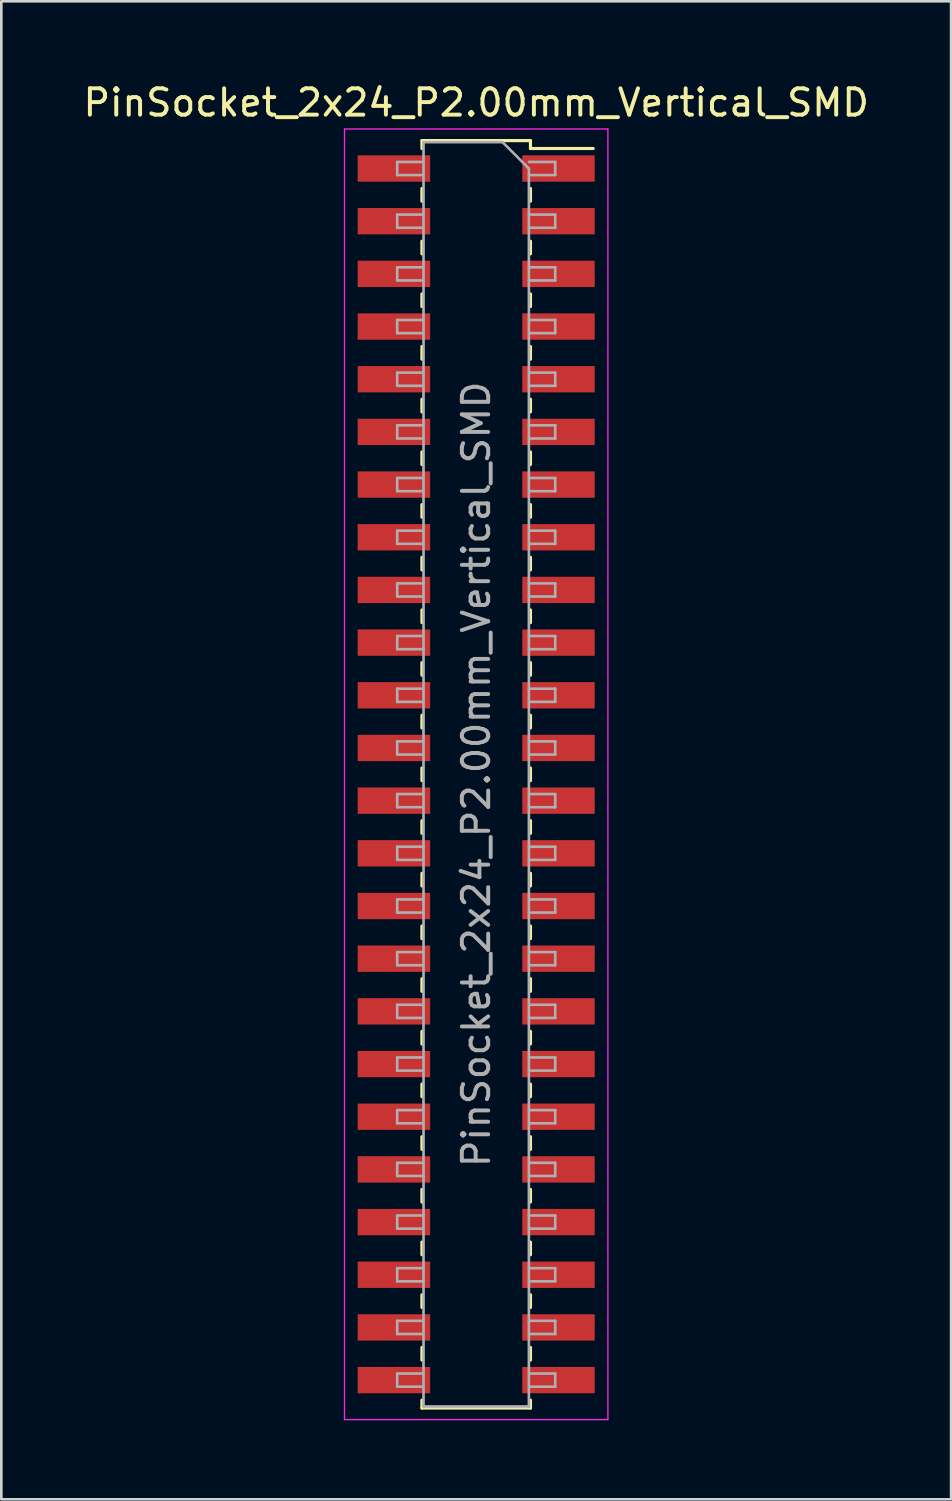
<source format=kicad_pcb>
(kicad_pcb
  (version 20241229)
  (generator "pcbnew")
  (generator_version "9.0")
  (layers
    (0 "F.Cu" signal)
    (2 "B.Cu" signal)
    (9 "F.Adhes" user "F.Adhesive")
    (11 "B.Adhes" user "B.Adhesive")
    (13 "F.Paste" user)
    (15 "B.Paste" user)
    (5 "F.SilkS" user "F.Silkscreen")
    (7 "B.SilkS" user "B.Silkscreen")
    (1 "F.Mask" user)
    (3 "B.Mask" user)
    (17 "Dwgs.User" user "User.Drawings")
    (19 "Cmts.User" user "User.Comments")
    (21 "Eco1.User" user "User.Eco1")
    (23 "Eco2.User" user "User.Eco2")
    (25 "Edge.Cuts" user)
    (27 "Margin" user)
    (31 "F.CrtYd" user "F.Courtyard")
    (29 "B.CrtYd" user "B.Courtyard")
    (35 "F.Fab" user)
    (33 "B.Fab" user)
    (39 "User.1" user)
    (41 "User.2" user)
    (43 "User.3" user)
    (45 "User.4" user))
  (footprint "PinSocket_2x24_P2.00mm_Vertical_SMD"
    (layer "F.Cu")
    (at 15.03 26.348)
    (property "Reference" "PinSocket_2x24_P2.00mm_Vertical_SMD" (at 0 -25.5 0) (layer "F.SilkS") (effects (font (size 1 1) (thickness 0.15))))
    (attr smd)
    (fp_line (start -2.06 -24.06) (end -2.06 -23.76) (stroke (width 0.12) (type solid)) (layer "F.SilkS"))
    (fp_line (start -2.06 -24.06) (end 2.06 -24.06) (stroke (width 0.12) (type solid)) (layer "F.SilkS"))
    (fp_line (start -2.06 -22.24) (end -2.06 -21.76) (stroke (width 0.12) (type solid)) (layer "F.SilkS"))
    (fp_line (start -2.06 -20.24) (end -2.06 -19.76) (stroke (width 0.12) (type solid)) (layer "F.SilkS"))
    (fp_line (start -2.06 -18.24) (end -2.06 -17.76) (stroke (width 0.12) (type solid)) (layer "F.SilkS"))
    (fp_line (start -2.06 -16.24) (end -2.06 -15.76) (stroke (width 0.12) (type solid)) (layer "F.SilkS"))
    (fp_line (start -2.06 -14.24) (end -2.06 -13.76) (stroke (width 0.12) (type solid)) (layer "F.SilkS"))
    (fp_line (start -2.06 -12.24) (end -2.06 -11.76) (stroke (width 0.12) (type solid)) (layer "F.SilkS"))
    (fp_line (start -2.06 -10.24) (end -2.06 -9.76) (stroke (width 0.12) (type solid)) (layer "F.SilkS"))
    (fp_line (start -2.06 -8.24) (end -2.06 -7.76) (stroke (width 0.12) (type solid)) (layer "F.SilkS"))
    (fp_line (start -2.06 -6.24) (end -2.06 -5.76) (stroke (width 0.12) (type solid)) (layer "F.SilkS"))
    (fp_line (start -2.06 -4.24) (end -2.06 -3.76) (stroke (width 0.12) (type solid)) (layer "F.SilkS"))
    (fp_line (start -2.06 -2.24) (end -2.06 -1.76) (stroke (width 0.12) (type solid)) (layer "F.SilkS"))
    (fp_line (start -2.06 -0.24) (end -2.06 0.24) (stroke (width 0.12) (type solid)) (layer "F.SilkS"))
    (fp_line (start -2.06 1.76) (end -2.06 2.24) (stroke (width 0.12) (type solid)) (layer "F.SilkS"))
    (fp_line (start -2.06 3.76) (end -2.06 4.24) (stroke (width 0.12) (type solid)) (layer "F.SilkS"))
    (fp_line (start -2.06 5.76) (end -2.06 6.24) (stroke (width 0.12) (type solid)) (layer "F.SilkS"))
    (fp_line (start -2.06 7.76) (end -2.06 8.24) (stroke (width 0.12) (type solid)) (layer "F.SilkS"))
    (fp_line (start -2.06 9.76) (end -2.06 10.24) (stroke (width 0.12) (type solid)) (layer "F.SilkS"))
    (fp_line (start -2.06 11.76) (end -2.06 12.24) (stroke (width 0.12) (type solid)) (layer "F.SilkS"))
    (fp_line (start -2.06 13.76) (end -2.06 14.24) (stroke (width 0.12) (type solid)) (layer "F.SilkS"))
    (fp_line (start -2.06 15.76) (end -2.06 16.24) (stroke (width 0.12) (type solid)) (layer "F.SilkS"))
    (fp_line (start -2.06 17.76) (end -2.06 18.24) (stroke (width 0.12) (type solid)) (layer "F.SilkS"))
    (fp_line (start -2.06 19.76) (end -2.06 20.24) (stroke (width 0.12) (type solid)) (layer "F.SilkS"))
    (fp_line (start -2.06 21.76) (end -2.06 22.24) (stroke (width 0.12) (type solid)) (layer "F.SilkS"))
    (fp_line (start -2.06 23.76) (end -2.06 24.06) (stroke (width 0.12) (type solid)) (layer "F.SilkS"))
    (fp_line (start -2.06 24.06) (end 2.06 24.06) (stroke (width 0.12) (type solid)) (layer "F.SilkS"))
    (fp_line (start 2.06 -24.06) (end 2.06 -23.76) (stroke (width 0.12) (type solid)) (layer "F.SilkS"))
    (fp_line (start 2.06 -23.76) (end 4.44 -23.76) (stroke (width 0.12) (type solid)) (layer "F.SilkS"))
    (fp_line (start 2.06 -22.24) (end 2.06 -21.76) (stroke (width 0.12) (type solid)) (layer "F.SilkS"))
    (fp_line (start 2.06 -20.24) (end 2.06 -19.76) (stroke (width 0.12) (type solid)) (layer "F.SilkS"))
    (fp_line (start 2.06 -18.24) (end 2.06 -17.76) (stroke (width 0.12) (type solid)) (layer "F.SilkS"))
    (fp_line (start 2.06 -16.24) (end 2.06 -15.76) (stroke (width 0.12) (type solid)) (layer "F.SilkS"))
    (fp_line (start 2.06 -14.24) (end 2.06 -13.76) (stroke (width 0.12) (type solid)) (layer "F.SilkS"))
    (fp_line (start 2.06 -12.24) (end 2.06 -11.76) (stroke (width 0.12) (type solid)) (layer "F.SilkS"))
    (fp_line (start 2.06 -10.24) (end 2.06 -9.76) (stroke (width 0.12) (type solid)) (layer "F.SilkS"))
    (fp_line (start 2.06 -8.24) (end 2.06 -7.76) (stroke (width 0.12) (type solid)) (layer "F.SilkS"))
    (fp_line (start 2.06 -6.24) (end 2.06 -5.76) (stroke (width 0.12) (type solid)) (layer "F.SilkS"))
    (fp_line (start 2.06 -4.24) (end 2.06 -3.76) (stroke (width 0.12) (type solid)) (layer "F.SilkS"))
    (fp_line (start 2.06 -2.24) (end 2.06 -1.76) (stroke (width 0.12) (type solid)) (layer "F.SilkS"))
    (fp_line (start 2.06 -0.24) (end 2.06 0.24) (stroke (width 0.12) (type solid)) (layer "F.SilkS"))
    (fp_line (start 2.06 1.76) (end 2.06 2.24) (stroke (width 0.12) (type solid)) (layer "F.SilkS"))
    (fp_line (start 2.06 3.76) (end 2.06 4.24) (stroke (width 0.12) (type solid)) (layer "F.SilkS"))
    (fp_line (start 2.06 5.76) (end 2.06 6.24) (stroke (width 0.12) (type solid)) (layer "F.SilkS"))
    (fp_line (start 2.06 7.76) (end 2.06 8.24) (stroke (width 0.12) (type solid)) (layer "F.SilkS"))
    (fp_line (start 2.06 9.76) (end 2.06 10.24) (stroke (width 0.12) (type solid)) (layer "F.SilkS"))
    (fp_line (start 2.06 11.76) (end 2.06 12.24) (stroke (width 0.12) (type solid)) (layer "F.SilkS"))
    (fp_line (start 2.06 13.76) (end 2.06 14.24) (stroke (width 0.12) (type solid)) (layer "F.SilkS"))
    (fp_line (start 2.06 15.76) (end 2.06 16.24) (stroke (width 0.12) (type solid)) (layer "F.SilkS"))
    (fp_line (start 2.06 17.76) (end 2.06 18.24) (stroke (width 0.12) (type solid)) (layer "F.SilkS"))
    (fp_line (start 2.06 19.76) (end 2.06 20.24) (stroke (width 0.12) (type solid)) (layer "F.SilkS"))
    (fp_line (start 2.06 21.76) (end 2.06 22.24) (stroke (width 0.12) (type solid)) (layer "F.SilkS"))
    (fp_line (start 2.06 23.76) (end 2.06 24.06) (stroke (width 0.12) (type solid)) (layer "F.SilkS"))
    (fp_line (start -5 -24.5) (end 5 -24.5) (stroke (width 0.05) (type solid)) (layer "F.CrtYd"))
    (fp_line (start -5 24.5) (end -5 -24.5) (stroke (width 0.05) (type solid)) (layer "F.CrtYd"))
    (fp_line (start 5 -24.5) (end 5 24.5) (stroke (width 0.05) (type solid)) (layer "F.CrtYd"))
    (fp_line (start 5 24.5) (end -5 24.5) (stroke (width 0.05) (type solid)) (layer "F.CrtYd"))
    (fp_line (start -3 -23.25) (end -2 -23.25) (stroke (width 0.1) (type solid)) (layer "F.Fab"))
    (fp_line (start -3 -22.75) (end -3 -23.25) (stroke (width 0.1) (type solid)) (layer "F.Fab"))
    (fp_line (start -3 -21.25) (end -2 -21.25) (stroke (width 0.1) (type solid)) (layer "F.Fab"))
    (fp_line (start -3 -20.75) (end -3 -21.25) (stroke (width 0.1) (type solid)) (layer "F.Fab"))
    (fp_line (start -3 -19.25) (end -2 -19.25) (stroke (width 0.1) (type solid)) (layer "F.Fab"))
    (fp_line (start -3 -18.75) (end -3 -19.25) (stroke (width 0.1) (type solid)) (layer "F.Fab"))
    (fp_line (start -3 -17.25) (end -2 -17.25) (stroke (width 0.1) (type solid)) (layer "F.Fab"))
    (fp_line (start -3 -16.75) (end -3 -17.25) (stroke (width 0.1) (type solid)) (layer "F.Fab"))
    (fp_line (start -3 -15.25) (end -2 -15.25) (stroke (width 0.1) (type solid)) (layer "F.Fab"))
    (fp_line (start -3 -14.75) (end -3 -15.25) (stroke (width 0.1) (type solid)) (layer "F.Fab"))
    (fp_line (start -3 -13.25) (end -2 -13.25) (stroke (width 0.1) (type solid)) (layer "F.Fab"))
    (fp_line (start -3 -12.75) (end -3 -13.25) (stroke (width 0.1) (type solid)) (layer "F.Fab"))
    (fp_line (start -3 -11.25) (end -2 -11.25) (stroke (width 0.1) (type solid)) (layer "F.Fab"))
    (fp_line (start -3 -10.75) (end -3 -11.25) (stroke (width 0.1) (type solid)) (layer "F.Fab"))
    (fp_line (start -3 -9.25) (end -2 -9.25) (stroke (width 0.1) (type solid)) (layer "F.Fab"))
    (fp_line (start -3 -8.75) (end -3 -9.25) (stroke (width 0.1) (type solid)) (layer "F.Fab"))
    (fp_line (start -3 -7.25) (end -2 -7.25) (stroke (width 0.1) (type solid)) (layer "F.Fab"))
    (fp_line (start -3 -6.75) (end -3 -7.25) (stroke (width 0.1) (type solid)) (layer "F.Fab"))
    (fp_line (start -3 -5.25) (end -2 -5.25) (stroke (width 0.1) (type solid)) (layer "F.Fab"))
    (fp_line (start -3 -4.75) (end -3 -5.25) (stroke (width 0.1) (type solid)) (layer "F.Fab"))
    (fp_line (start -3 -3.25) (end -2 -3.25) (stroke (width 0.1) (type solid)) (layer "F.Fab"))
    (fp_line (start -3 -2.75) (end -3 -3.25) (stroke (width 0.1) (type solid)) (layer "F.Fab"))
    (fp_line (start -3 -1.25) (end -2 -1.25) (stroke (width 0.1) (type solid)) (layer "F.Fab"))
    (fp_line (start -3 -0.75) (end -3 -1.25) (stroke (width 0.1) (type solid)) (layer "F.Fab"))
    (fp_line (start -3 0.75) (end -2 0.75) (stroke (width 0.1) (type solid)) (layer "F.Fab"))
    (fp_line (start -3 1.25) (end -3 0.75) (stroke (width 0.1) (type solid)) (layer "F.Fab"))
    (fp_line (start -3 2.75) (end -2 2.75) (stroke (width 0.1) (type solid)) (layer "F.Fab"))
    (fp_line (start -3 3.25) (end -3 2.75) (stroke (width 0.1) (type solid)) (layer "F.Fab"))
    (fp_line (start -3 4.75) (end -2 4.75) (stroke (width 0.1) (type solid)) (layer "F.Fab"))
    (fp_line (start -3 5.25) (end -3 4.75) (stroke (width 0.1) (type solid)) (layer "F.Fab"))
    (fp_line (start -3 6.75) (end -2 6.75) (stroke (width 0.1) (type solid)) (layer "F.Fab"))
    (fp_line (start -3 7.25) (end -3 6.75) (stroke (width 0.1) (type solid)) (layer "F.Fab"))
    (fp_line (start -3 8.75) (end -2 8.75) (stroke (width 0.1) (type solid)) (layer "F.Fab"))
    (fp_line (start -3 9.25) (end -3 8.75) (stroke (width 0.1) (type solid)) (layer "F.Fab"))
    (fp_line (start -3 10.75) (end -2 10.75) (stroke (width 0.1) (type solid)) (layer "F.Fab"))
    (fp_line (start -3 11.25) (end -3 10.75) (stroke (width 0.1) (type solid)) (layer "F.Fab"))
    (fp_line (start -3 12.75) (end -2 12.75) (stroke (width 0.1) (type solid)) (layer "F.Fab"))
    (fp_line (start -3 13.25) (end -3 12.75) (stroke (width 0.1) (type solid)) (layer "F.Fab"))
    (fp_line (start -3 14.75) (end -2 14.75) (stroke (width 0.1) (type solid)) (layer "F.Fab"))
    (fp_line (start -3 15.25) (end -3 14.75) (stroke (width 0.1) (type solid)) (layer "F.Fab"))
    (fp_line (start -3 16.75) (end -2 16.75) (stroke (width 0.1) (type solid)) (layer "F.Fab"))
    (fp_line (start -3 17.25) (end -3 16.75) (stroke (width 0.1) (type solid)) (layer "F.Fab"))
    (fp_line (start -3 18.75) (end -2 18.75) (stroke (width 0.1) (type solid)) (layer "F.Fab"))
    (fp_line (start -3 19.25) (end -3 18.75) (stroke (width 0.1) (type solid)) (layer "F.Fab"))
    (fp_line (start -3 20.75) (end -2 20.75) (stroke (width 0.1) (type solid)) (layer "F.Fab"))
    (fp_line (start -3 21.25) (end -3 20.75) (stroke (width 0.1) (type solid)) (layer "F.Fab"))
    (fp_line (start -3 22.75) (end -2 22.75) (stroke (width 0.1) (type solid)) (layer "F.Fab"))
    (fp_line (start -3 23.25) (end -3 22.75) (stroke (width 0.1) (type solid)) (layer "F.Fab"))
    (fp_line (start -2 -24) (end 1 -24) (stroke (width 0.1) (type solid)) (layer "F.Fab"))
    (fp_line (start -2 -22.75) (end -3 -22.75) (stroke (width 0.1) (type solid)) (layer "F.Fab"))
    (fp_line (start -2 -20.75) (end -3 -20.75) (stroke (width 0.1) (type solid)) (layer "F.Fab"))
    (fp_line (start -2 -18.75) (end -3 -18.75) (stroke (width 0.1) (type solid)) (layer "F.Fab"))
    (fp_line (start -2 -16.75) (end -3 -16.75) (stroke (width 0.1) (type solid)) (layer "F.Fab"))
    (fp_line (start -2 -14.75) (end -3 -14.75) (stroke (width 0.1) (type solid)) (layer "F.Fab"))
    (fp_line (start -2 -12.75) (end -3 -12.75) (stroke (width 0.1) (type solid)) (layer "F.Fab"))
    (fp_line (start -2 -10.75) (end -3 -10.75) (stroke (width 0.1) (type solid)) (layer "F.Fab"))
    (fp_line (start -2 -8.75) (end -3 -8.75) (stroke (width 0.1) (type solid)) (layer "F.Fab"))
    (fp_line (start -2 -6.75) (end -3 -6.75) (stroke (width 0.1) (type solid)) (layer "F.Fab"))
    (fp_line (start -2 -4.75) (end -3 -4.75) (stroke (width 0.1) (type solid)) (layer "F.Fab"))
    (fp_line (start -2 -2.75) (end -3 -2.75) (stroke (width 0.1) (type solid)) (layer "F.Fab"))
    (fp_line (start -2 -0.75) (end -3 -0.75) (stroke (width 0.1) (type solid)) (layer "F.Fab"))
    (fp_line (start -2 1.25) (end -3 1.25) (stroke (width 0.1) (type solid)) (layer "F.Fab"))
    (fp_line (start -2 3.25) (end -3 3.25) (stroke (width 0.1) (type solid)) (layer "F.Fab"))
    (fp_line (start -2 5.25) (end -3 5.25) (stroke (width 0.1) (type solid)) (layer "F.Fab"))
    (fp_line (start -2 7.25) (end -3 7.25) (stroke (width 0.1) (type solid)) (layer "F.Fab"))
    (fp_line (start -2 9.25) (end -3 9.25) (stroke (width 0.1) (type solid)) (layer "F.Fab"))
    (fp_line (start -2 11.25) (end -3 11.25) (stroke (width 0.1) (type solid)) (layer "F.Fab"))
    (fp_line (start -2 13.25) (end -3 13.25) (stroke (width 0.1) (type solid)) (layer "F.Fab"))
    (fp_line (start -2 15.25) (end -3 15.25) (stroke (width 0.1) (type solid)) (layer "F.Fab"))
    (fp_line (start -2 17.25) (end -3 17.25) (stroke (width 0.1) (type solid)) (layer "F.Fab"))
    (fp_line (start -2 19.25) (end -3 19.25) (stroke (width 0.1) (type solid)) (layer "F.Fab"))
    (fp_line (start -2 21.25) (end -3 21.25) (stroke (width 0.1) (type solid)) (layer "F.Fab"))
    (fp_line (start -2 23.25) (end -3 23.25) (stroke (width 0.1) (type solid)) (layer "F.Fab"))
    (fp_line (start -2 24) (end -2 -24) (stroke (width 0.1) (type solid)) (layer "F.Fab"))
    (fp_line (start 1 -24) (end 2 -23) (stroke (width 0.1) (type solid)) (layer "F.Fab"))
    (fp_line (start 2 -23.25) (end 3 -23.25) (stroke (width 0.1) (type solid)) (layer "F.Fab"))
    (fp_line (start 2 -23) (end 2 24) (stroke (width 0.1) (type solid)) (layer "F.Fab"))
    (fp_line (start 2 -21.25) (end 3 -21.25) (stroke (width 0.1) (type solid)) (layer "F.Fab"))
    (fp_line (start 2 -19.25) (end 3 -19.25) (stroke (width 0.1) (type solid)) (layer "F.Fab"))
    (fp_line (start 2 -17.25) (end 3 -17.25) (stroke (width 0.1) (type solid)) (layer "F.Fab"))
    (fp_line (start 2 -15.25) (end 3 -15.25) (stroke (width 0.1) (type solid)) (layer "F.Fab"))
    (fp_line (start 2 -13.25) (end 3 -13.25) (stroke (width 0.1) (type solid)) (layer "F.Fab"))
    (fp_line (start 2 -11.25) (end 3 -11.25) (stroke (width 0.1) (type solid)) (layer "F.Fab"))
    (fp_line (start 2 -9.25) (end 3 -9.25) (stroke (width 0.1) (type solid)) (layer "F.Fab"))
    (fp_line (start 2 -7.25) (end 3 -7.25) (stroke (width 0.1) (type solid)) (layer "F.Fab"))
    (fp_line (start 2 -5.25) (end 3 -5.25) (stroke (width 0.1) (type solid)) (layer "F.Fab"))
    (fp_line (start 2 -3.25) (end 3 -3.25) (stroke (width 0.1) (type solid)) (layer "F.Fab"))
    (fp_line (start 2 -1.25) (end 3 -1.25) (stroke (width 0.1) (type solid)) (layer "F.Fab"))
    (fp_line (start 2 0.75) (end 3 0.75) (stroke (width 0.1) (type solid)) (layer "F.Fab"))
    (fp_line (start 2 2.75) (end 3 2.75) (stroke (width 0.1) (type solid)) (layer "F.Fab"))
    (fp_line (start 2 4.75) (end 3 4.75) (stroke (width 0.1) (type solid)) (layer "F.Fab"))
    (fp_line (start 2 6.75) (end 3 6.75) (stroke (width 0.1) (type solid)) (layer "F.Fab"))
    (fp_line (start 2 8.75) (end 3 8.75) (stroke (width 0.1) (type solid)) (layer "F.Fab"))
    (fp_line (start 2 10.75) (end 3 10.75) (stroke (width 0.1) (type solid)) (layer "F.Fab"))
    (fp_line (start 2 12.75) (end 3 12.75) (stroke (width 0.1) (type solid)) (layer "F.Fab"))
    (fp_line (start 2 14.75) (end 3 14.75) (stroke (width 0.1) (type solid)) (layer "F.Fab"))
    (fp_line (start 2 16.75) (end 3 16.75) (stroke (width 0.1) (type solid)) (layer "F.Fab"))
    (fp_line (start 2 18.75) (end 3 18.75) (stroke (width 0.1) (type solid)) (layer "F.Fab"))
    (fp_line (start 2 20.75) (end 3 20.75) (stroke (width 0.1) (type solid)) (layer "F.Fab"))
    (fp_line (start 2 22.75) (end 3 22.75) (stroke (width 0.1) (type solid)) (layer "F.Fab"))
    (fp_line (start 2 24) (end -2 24) (stroke (width 0.1) (type solid)) (layer "F.Fab"))
    (fp_line (start 3 -23.25) (end 3 -22.75) (stroke (width 0.1) (type solid)) (layer "F.Fab"))
    (fp_line (start 3 -22.75) (end 2 -22.75) (stroke (width 0.1) (type solid)) (layer "F.Fab"))
    (fp_line (start 3 -21.25) (end 3 -20.75) (stroke (width 0.1) (type solid)) (layer "F.Fab"))
    (fp_line (start 3 -20.75) (end 2 -20.75) (stroke (width 0.1) (type solid)) (layer "F.Fab"))
    (fp_line (start 3 -19.25) (end 3 -18.75) (stroke (width 0.1) (type solid)) (layer "F.Fab"))
    (fp_line (start 3 -18.75) (end 2 -18.75) (stroke (width 0.1) (type solid)) (layer "F.Fab"))
    (fp_line (start 3 -17.25) (end 3 -16.75) (stroke (width 0.1) (type solid)) (layer "F.Fab"))
    (fp_line (start 3 -16.75) (end 2 -16.75) (stroke (width 0.1) (type solid)) (layer "F.Fab"))
    (fp_line (start 3 -15.25) (end 3 -14.75) (stroke (width 0.1) (type solid)) (layer "F.Fab"))
    (fp_line (start 3 -14.75) (end 2 -14.75) (stroke (width 0.1) (type solid)) (layer "F.Fab"))
    (fp_line (start 3 -13.25) (end 3 -12.75) (stroke (width 0.1) (type solid)) (layer "F.Fab"))
    (fp_line (start 3 -12.75) (end 2 -12.75) (stroke (width 0.1) (type solid)) (layer "F.Fab"))
    (fp_line (start 3 -11.25) (end 3 -10.75) (stroke (width 0.1) (type solid)) (layer "F.Fab"))
    (fp_line (start 3 -10.75) (end 2 -10.75) (stroke (width 0.1) (type solid)) (layer "F.Fab"))
    (fp_line (start 3 -9.25) (end 3 -8.75) (stroke (width 0.1) (type solid)) (layer "F.Fab"))
    (fp_line (start 3 -8.75) (end 2 -8.75) (stroke (width 0.1) (type solid)) (layer "F.Fab"))
    (fp_line (start 3 -7.25) (end 3 -6.75) (stroke (width 0.1) (type solid)) (layer "F.Fab"))
    (fp_line (start 3 -6.75) (end 2 -6.75) (stroke (width 0.1) (type solid)) (layer "F.Fab"))
    (fp_line (start 3 -5.25) (end 3 -4.75) (stroke (width 0.1) (type solid)) (layer "F.Fab"))
    (fp_line (start 3 -4.75) (end 2 -4.75) (stroke (width 0.1) (type solid)) (layer "F.Fab"))
    (fp_line (start 3 -3.25) (end 3 -2.75) (stroke (width 0.1) (type solid)) (layer "F.Fab"))
    (fp_line (start 3 -2.75) (end 2 -2.75) (stroke (width 0.1) (type solid)) (layer "F.Fab"))
    (fp_line (start 3 -1.25) (end 3 -0.75) (stroke (width 0.1) (type solid)) (layer "F.Fab"))
    (fp_line (start 3 -0.75) (end 2 -0.75) (stroke (width 0.1) (type solid)) (layer "F.Fab"))
    (fp_line (start 3 0.75) (end 3 1.25) (stroke (width 0.1) (type solid)) (layer "F.Fab"))
    (fp_line (start 3 1.25) (end 2 1.25) (stroke (width 0.1) (type solid)) (layer "F.Fab"))
    (fp_line (start 3 2.75) (end 3 3.25) (stroke (width 0.1) (type solid)) (layer "F.Fab"))
    (fp_line (start 3 3.25) (end 2 3.25) (stroke (width 0.1) (type solid)) (layer "F.Fab"))
    (fp_line (start 3 4.75) (end 3 5.25) (stroke (width 0.1) (type solid)) (layer "F.Fab"))
    (fp_line (start 3 5.25) (end 2 5.25) (stroke (width 0.1) (type solid)) (layer "F.Fab"))
    (fp_line (start 3 6.75) (end 3 7.25) (stroke (width 0.1) (type solid)) (layer "F.Fab"))
    (fp_line (start 3 7.25) (end 2 7.25) (stroke (width 0.1) (type solid)) (layer "F.Fab"))
    (fp_line (start 3 8.75) (end 3 9.25) (stroke (width 0.1) (type solid)) (layer "F.Fab"))
    (fp_line (start 3 9.25) (end 2 9.25) (stroke (width 0.1) (type solid)) (layer "F.Fab"))
    (fp_line (start 3 10.75) (end 3 11.25) (stroke (width 0.1) (type solid)) (layer "F.Fab"))
    (fp_line (start 3 11.25) (end 2 11.25) (stroke (width 0.1) (type solid)) (layer "F.Fab"))
    (fp_line (start 3 12.75) (end 3 13.25) (stroke (width 0.1) (type solid)) (layer "F.Fab"))
    (fp_line (start 3 13.25) (end 2 13.25) (stroke (width 0.1) (type solid)) (layer "F.Fab"))
    (fp_line (start 3 14.75) (end 3 15.25) (stroke (width 0.1) (type solid)) (layer "F.Fab"))
    (fp_line (start 3 15.25) (end 2 15.25) (stroke (width 0.1) (type solid)) (layer "F.Fab"))
    (fp_line (start 3 16.75) (end 3 17.25) (stroke (width 0.1) (type solid)) (layer "F.Fab"))
    (fp_line (start 3 17.25) (end 2 17.25) (stroke (width 0.1) (type solid)) (layer "F.Fab"))
    (fp_line (start 3 18.75) (end 3 19.25) (stroke (width 0.1) (type solid)) (layer "F.Fab"))
    (fp_line (start 3 19.25) (end 2 19.25) (stroke (width 0.1) (type solid)) (layer "F.Fab"))
    (fp_line (start 3 20.75) (end 3 21.25) (stroke (width 0.1) (type solid)) (layer "F.Fab"))
    (fp_line (start 3 21.25) (end 2 21.25) (stroke (width 0.1) (type solid)) (layer "F.Fab"))
    (fp_line (start 3 22.75) (end 3 23.25) (stroke (width 0.1) (type solid)) (layer "F.Fab"))
    (fp_line (start 3 23.25) (end 2 23.25) (stroke (width 0.1) (type solid)) (layer "F.Fab"))
    (fp_text user "${REFERENCE}" (at 0 0 90) (layer "F.Fab") (effects (font (size 1 1) (thickness 0.15))))
    (pad "1" smd rect (at 3.125 -23) (size 2.75 1) (layers "F.Cu" "F.Mask" "F.Paste"))
    (pad "2" smd rect (at -3.125 -23) (size 2.75 1) (layers "F.Cu" "F.Mask" "F.Paste"))
    (pad "3" smd rect (at 3.125 -21) (size 2.75 1) (layers "F.Cu" "F.Mask" "F.Paste"))
    (pad "4" smd rect (at -3.125 -21) (size 2.75 1) (layers "F.Cu" "F.Mask" "F.Paste"))
    (pad "5" smd rect (at 3.125 -19) (size 2.75 1) (layers "F.Cu" "F.Mask" "F.Paste"))
    (pad "6" smd rect (at -3.125 -19) (size 2.75 1) (layers "F.Cu" "F.Mask" "F.Paste"))
    (pad "7" smd rect (at 3.125 -17) (size 2.75 1) (layers "F.Cu" "F.Mask" "F.Paste"))
    (pad "8" smd rect (at -3.125 -17) (size 2.75 1) (layers "F.Cu" "F.Mask" "F.Paste"))
    (pad "9" smd rect (at 3.125 -15) (size 2.75 1) (layers "F.Cu" "F.Mask" "F.Paste"))
    (pad "10" smd rect (at -3.125 -15) (size 2.75 1) (layers "F.Cu" "F.Mask" "F.Paste"))
    (pad "11" smd rect (at 3.125 -13) (size 2.75 1) (layers "F.Cu" "F.Mask" "F.Paste"))
    (pad "12" smd rect (at -3.125 -13) (size 2.75 1) (layers "F.Cu" "F.Mask" "F.Paste"))
    (pad "13" smd rect (at 3.125 -11) (size 2.75 1) (layers "F.Cu" "F.Mask" "F.Paste"))
    (pad "14" smd rect (at -3.125 -11) (size 2.75 1) (layers "F.Cu" "F.Mask" "F.Paste"))
    (pad "15" smd rect (at 3.125 -9) (size 2.75 1) (layers "F.Cu" "F.Mask" "F.Paste"))
    (pad "16" smd rect (at -3.125 -9) (size 2.75 1) (layers "F.Cu" "F.Mask" "F.Paste"))
    (pad "17" smd rect (at 3.125 -7) (size 2.75 1) (layers "F.Cu" "F.Mask" "F.Paste"))
    (pad "18" smd rect (at -3.125 -7) (size 2.75 1) (layers "F.Cu" "F.Mask" "F.Paste"))
    (pad "19" smd rect (at 3.125 -5) (size 2.75 1) (layers "F.Cu" "F.Mask" "F.Paste"))
    (pad "20" smd rect (at -3.125 -5) (size 2.75 1) (layers "F.Cu" "F.Mask" "F.Paste"))
    (pad "21" smd rect (at 3.125 -3) (size 2.75 1) (layers "F.Cu" "F.Mask" "F.Paste"))
    (pad "22" smd rect (at -3.125 -3) (size 2.75 1) (layers "F.Cu" "F.Mask" "F.Paste"))
    (pad "23" smd rect (at 3.125 -1) (size 2.75 1) (layers "F.Cu" "F.Mask" "F.Paste"))
    (pad "24" smd rect (at -3.125 -1) (size 2.75 1) (layers "F.Cu" "F.Mask" "F.Paste"))
    (pad "25" smd rect (at 3.125 1) (size 2.75 1) (layers "F.Cu" "F.Mask" "F.Paste"))
    (pad "26" smd rect (at -3.125 1) (size 2.75 1) (layers "F.Cu" "F.Mask" "F.Paste"))
    (pad "27" smd rect (at 3.125 3) (size 2.75 1) (layers "F.Cu" "F.Mask" "F.Paste"))
    (pad "28" smd rect (at -3.125 3) (size 2.75 1) (layers "F.Cu" "F.Mask" "F.Paste"))
    (pad "29" smd rect (at 3.125 5) (size 2.75 1) (layers "F.Cu" "F.Mask" "F.Paste"))
    (pad "30" smd rect (at -3.125 5) (size 2.75 1) (layers "F.Cu" "F.Mask" "F.Paste"))
    (pad "31" smd rect (at 3.125 7) (size 2.75 1) (layers "F.Cu" "F.Mask" "F.Paste"))
    (pad "32" smd rect (at -3.125 7) (size 2.75 1) (layers "F.Cu" "F.Mask" "F.Paste"))
    (pad "33" smd rect (at 3.125 9) (size 2.75 1) (layers "F.Cu" "F.Mask" "F.Paste"))
    (pad "34" smd rect (at -3.125 9) (size 2.75 1) (layers "F.Cu" "F.Mask" "F.Paste"))
    (pad "35" smd rect (at 3.125 11) (size 2.75 1) (layers "F.Cu" "F.Mask" "F.Paste"))
    (pad "36" smd rect (at -3.125 11) (size 2.75 1) (layers "F.Cu" "F.Mask" "F.Paste"))
    (pad "37" smd rect (at 3.125 13) (size 2.75 1) (layers "F.Cu" "F.Mask" "F.Paste"))
    (pad "38" smd rect (at -3.125 13) (size 2.75 1) (layers "F.Cu" "F.Mask" "F.Paste"))
    (pad "39" smd rect (at 3.125 15) (size 2.75 1) (layers "F.Cu" "F.Mask" "F.Paste"))
    (pad "40" smd rect (at -3.125 15) (size 2.75 1) (layers "F.Cu" "F.Mask" "F.Paste"))
    (pad "41" smd rect (at 3.125 17) (size 2.75 1) (layers "F.Cu" "F.Mask" "F.Paste"))
    (pad "42" smd rect (at -3.125 17) (size 2.75 1) (layers "F.Cu" "F.Mask" "F.Paste"))
    (pad "43" smd rect (at 3.125 19) (size 2.75 1) (layers "F.Cu" "F.Mask" "F.Paste"))
    (pad "44" smd rect (at -3.125 19) (size 2.75 1) (layers "F.Cu" "F.Mask" "F.Paste"))
    (pad "45" smd rect (at 3.125 21) (size 2.75 1) (layers "F.Cu" "F.Mask" "F.Paste"))
    (pad "46" smd rect (at -3.125 21) (size 2.75 1) (layers "F.Cu" "F.Mask" "F.Paste"))
    (pad "47" smd rect (at 3.125 23) (size 2.75 1) (layers "F.Cu" "F.Mask" "F.Paste"))
    (pad "48" smd rect (at -3.125 23) (size 2.75 1) (layers "F.Cu" "F.Mask" "F.Paste")))
  (gr_rect
    (start -3 -3)
    (end 33.06 53.873)
    (stroke (width 0.1) (type default))
    (fill no)
    (layer "Edge.Cuts")))
</source>
